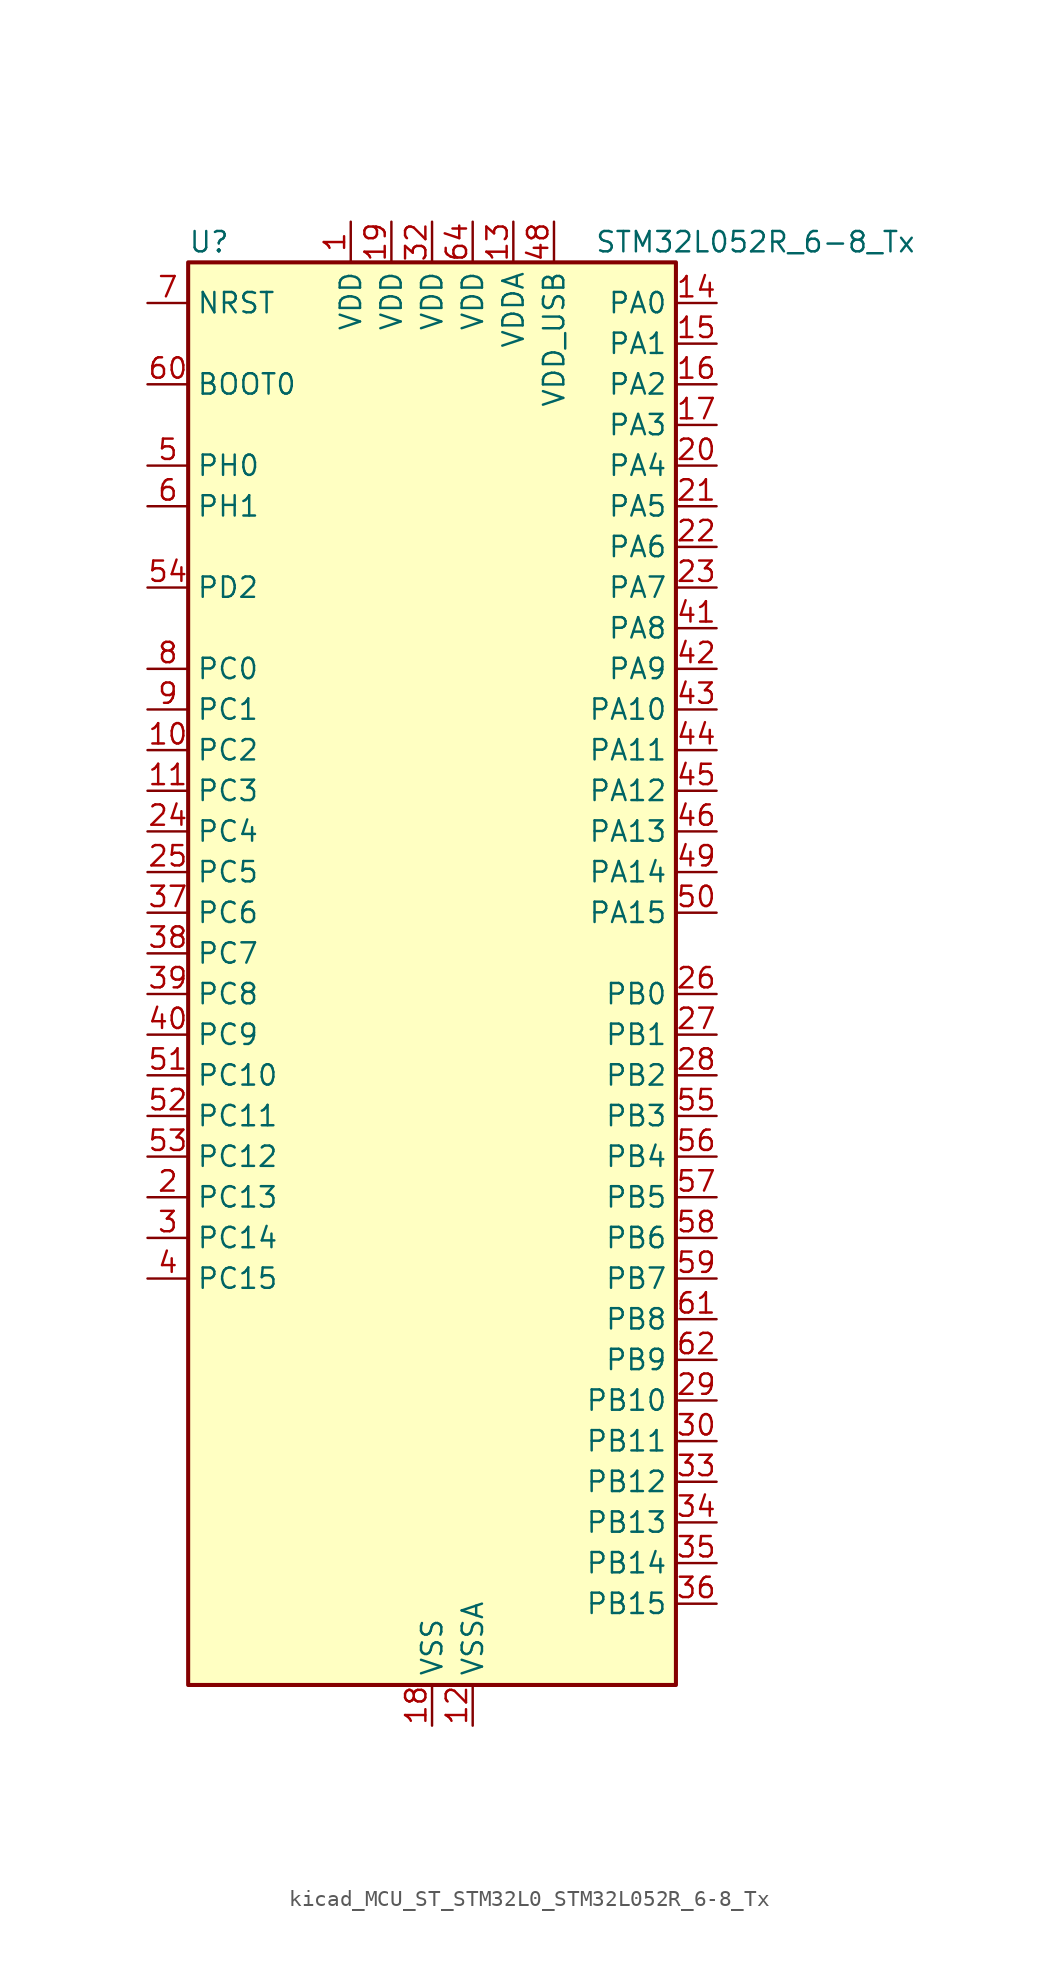
<source format=kicad_sym>
(kicad_symbol_lib
  (version 20220914)
  (generator kicad_symbol_editor)
  (symbol "kicad_MCU_ST_STM32L0_STM32L052R_6-8_Tx"
    (property "Reference" "U"
      (at -15.24 46.99 0)
      (effects (font (size 1.27 1.27)) (justify left)))
    (property "Value" "STM32L052R_6-8_Tx"
      (at 10.16 46.99 0)
      (effects (font (size 1.27 1.27)) (justify left)))
    (property "ki_locked" ""
      (at 0 0 0)
      (effects (font (size 1.27 1.27))))
    (symbol "kicad_MCU_ST_STM32L0_STM32L052R_6-8_Tx_0_1"
      (rectangle (start -15.24 -43.18) (end 15.24 45.72) (stroke (width 0.254) (type default)) (fill (type background))))
    (symbol "kicad_MCU_ST_STM32L0_STM32L052R_6-8_Tx_1_1"
      (pin power_in line (at -5.08 48.26 270) (length 2.54) (name "VDD" (effects (font (size 1.27 1.27)))) (number "1" (effects (font (size 1.27 1.27)))))
      (pin bidirectional line (at -17.78 15.24 0) (length 2.54) (name "PC2" (effects (font (size 1.27 1.27)))) (number "10" (effects (font (size 1.27 1.27)))) (alternate "ADC_IN12" bidirectional line) (alternate "I2S2_MCK" bidirectional line) (alternate "LPTIM1_IN2" bidirectional line) (alternate "SPI2_MISO" bidirectional line) (alternate "TSC_G7_IO3" bidirectional line))
      (pin bidirectional line (at -17.78 12.7 0) (length 2.54) (name "PC3" (effects (font (size 1.27 1.27)))) (number "11" (effects (font (size 1.27 1.27)))) (alternate "ADC_IN13" bidirectional line) (alternate "I2S2_SD" bidirectional line) (alternate "LPTIM1_ETR" bidirectional line) (alternate "SPI2_MOSI" bidirectional line) (alternate "TSC_G7_IO4" bidirectional line))
      (pin power_in line (at 2.54 -45.72 90) (length 2.54) (name "VSSA" (effects (font (size 1.27 1.27)))) (number "12" (effects (font (size 1.27 1.27)))))
      (pin power_in line (at 5.08 48.26 270) (length 2.54) (name "VDDA" (effects (font (size 1.27 1.27)))) (number "13" (effects (font (size 1.27 1.27)))))
      (pin bidirectional line (at 17.78 43.18 180) (length 2.54) (name "PA0" (effects (font (size 1.27 1.27)))) (number "14" (effects (font (size 1.27 1.27)))) (alternate "ADC_IN0" bidirectional line) (alternate "COMP1_INM" bidirectional line) (alternate "COMP1_OUT" bidirectional line) (alternate "RTC_TAMP2" bidirectional line) (alternate "SYS_WKUP1" bidirectional line) (alternate "TIM2_CH1" bidirectional line) (alternate "TIM2_ETR" bidirectional line) (alternate "TSC_G1_IO1" bidirectional line) (alternate "USART2_CTS" bidirectional line))
      (pin bidirectional line (at 17.78 40.64 180) (length 2.54) (name "PA1" (effects (font (size 1.27 1.27)))) (number "15" (effects (font (size 1.27 1.27)))) (alternate "ADC_IN1" bidirectional line) (alternate "COMP1_INP" bidirectional line) (alternate "TIM21_ETR" bidirectional line) (alternate "TIM2_CH2" bidirectional line) (alternate "TSC_G1_IO2" bidirectional line) (alternate "USART2_DE" bidirectional line) (alternate "USART2_RTS" bidirectional line))
      (pin bidirectional line (at 17.78 38.1 180) (length 2.54) (name "PA2" (effects (font (size 1.27 1.27)))) (number "16" (effects (font (size 1.27 1.27)))) (alternate "ADC_IN2" bidirectional line) (alternate "COMP2_INM" bidirectional line) (alternate "COMP2_OUT" bidirectional line) (alternate "TIM21_CH1" bidirectional line) (alternate "TIM2_CH3" bidirectional line) (alternate "TSC_G1_IO3" bidirectional line) (alternate "USART2_TX" bidirectional line))
      (pin bidirectional line (at 17.78 35.56 180) (length 2.54) (name "PA3" (effects (font (size 1.27 1.27)))) (number "17" (effects (font (size 1.27 1.27)))) (alternate "ADC_IN3" bidirectional line) (alternate "COMP2_INP" bidirectional line) (alternate "TIM21_CH2" bidirectional line) (alternate "TIM2_CH4" bidirectional line) (alternate "TSC_G1_IO4" bidirectional line) (alternate "USART2_RX" bidirectional line))
      (pin power_in line (at 0 -45.72 90) (length 2.54) (name "VSS" (effects (font (size 1.27 1.27)))) (number "18" (effects (font (size 1.27 1.27)))))
      (pin power_in line (at -2.54 48.26 270) (length 2.54) (name "VDD" (effects (font (size 1.27 1.27)))) (number "19" (effects (font (size 1.27 1.27)))))
      (pin bidirectional line (at -17.78 -12.7 0) (length 2.54) (name "PC13" (effects (font (size 1.27 1.27)))) (number "2" (effects (font (size 1.27 1.27)))) (alternate "RTC_OUT_ALARM" bidirectional line) (alternate "RTC_OUT_CALIB" bidirectional line) (alternate "RTC_TAMP1" bidirectional line) (alternate "RTC_TS" bidirectional line) (alternate "SYS_WKUP2" bidirectional line))
      (pin bidirectional line (at 17.78 33.02 180) (length 2.54) (name "PA4" (effects (font (size 1.27 1.27)))) (number "20" (effects (font (size 1.27 1.27)))) (alternate "ADC_IN4" bidirectional line) (alternate "COMP1_INM" bidirectional line) (alternate "COMP2_INM" bidirectional line) (alternate "DAC_OUT1" bidirectional line) (alternate "SPI1_NSS" bidirectional line) (alternate "TIM22_ETR" bidirectional line) (alternate "TSC_G2_IO1" bidirectional line) (alternate "USART2_CK" bidirectional line))
      (pin bidirectional line (at 17.78 30.48 180) (length 2.54) (name "PA5" (effects (font (size 1.27 1.27)))) (number "21" (effects (font (size 1.27 1.27)))) (alternate "ADC_IN5" bidirectional line) (alternate "COMP1_INM" bidirectional line) (alternate "COMP2_INM" bidirectional line) (alternate "SPI1_SCK" bidirectional line) (alternate "TIM2_CH1" bidirectional line) (alternate "TIM2_ETR" bidirectional line) (alternate "TSC_G2_IO2" bidirectional line))
      (pin bidirectional line (at 17.78 27.94 180) (length 2.54) (name "PA6" (effects (font (size 1.27 1.27)))) (number "22" (effects (font (size 1.27 1.27)))) (alternate "ADC_IN6" bidirectional line) (alternate "COMP1_OUT" bidirectional line) (alternate "LPUART1_CTS" bidirectional line) (alternate "SPI1_MISO" bidirectional line) (alternate "TIM22_CH1" bidirectional line) (alternate "TSC_G2_IO3" bidirectional line))
      (pin bidirectional line (at 17.78 25.4 180) (length 2.54) (name "PA7" (effects (font (size 1.27 1.27)))) (number "23" (effects (font (size 1.27 1.27)))) (alternate "ADC_IN7" bidirectional line) (alternate "COMP2_OUT" bidirectional line) (alternate "SPI1_MOSI" bidirectional line) (alternate "TIM22_CH2" bidirectional line) (alternate "TSC_G2_IO4" bidirectional line))
      (pin bidirectional line (at -17.78 10.16 0) (length 2.54) (name "PC4" (effects (font (size 1.27 1.27)))) (number "24" (effects (font (size 1.27 1.27)))) (alternate "ADC_IN14" bidirectional line) (alternate "LPUART1_TX" bidirectional line))
      (pin bidirectional line (at -17.78 7.62 0) (length 2.54) (name "PC5" (effects (font (size 1.27 1.27)))) (number "25" (effects (font (size 1.27 1.27)))) (alternate "ADC_IN15" bidirectional line) (alternate "LPUART1_RX" bidirectional line) (alternate "TSC_G3_IO1" bidirectional line))
      (pin bidirectional line (at 17.78 0 180) (length 2.54) (name "PB0" (effects (font (size 1.27 1.27)))) (number "26" (effects (font (size 1.27 1.27)))) (alternate "ADC_IN8" bidirectional line) (alternate "SYS_VREF_OUT_PB0" bidirectional line) (alternate "TSC_G3_IO2" bidirectional line))
      (pin bidirectional line (at 17.78 -2.54 180) (length 2.54) (name "PB1" (effects (font (size 1.27 1.27)))) (number "27" (effects (font (size 1.27 1.27)))) (alternate "ADC_IN9" bidirectional line) (alternate "LPUART1_DE" bidirectional line) (alternate "LPUART1_RTS" bidirectional line) (alternate "SYS_VREF_OUT_PB1" bidirectional line) (alternate "TSC_G3_IO3" bidirectional line))
      (pin bidirectional line (at 17.78 -5.08 180) (length 2.54) (name "PB2" (effects (font (size 1.27 1.27)))) (number "28" (effects (font (size 1.27 1.27)))) (alternate "LPTIM1_OUT" bidirectional line) (alternate "TSC_G3_IO4" bidirectional line))
      (pin bidirectional line (at 17.78 -25.4 180) (length 2.54) (name "PB10" (effects (font (size 1.27 1.27)))) (number "29" (effects (font (size 1.27 1.27)))) (alternate "I2C2_SCL" bidirectional line) (alternate "LPUART1_TX" bidirectional line) (alternate "SPI2_SCK" bidirectional line) (alternate "TIM2_CH3" bidirectional line) (alternate "TSC_SYNC" bidirectional line))
      (pin bidirectional line (at -17.78 -15.24 0) (length 2.54) (name "PC14" (effects (font (size 1.27 1.27)))) (number "3" (effects (font (size 1.27 1.27)))) (alternate "RCC_OSC32_IN" bidirectional line))
      (pin bidirectional line (at 17.78 -27.94 180) (length 2.54) (name "PB11" (effects (font (size 1.27 1.27)))) (number "30" (effects (font (size 1.27 1.27)))) (alternate "ADC_EXTI11" bidirectional line) (alternate "I2C2_SDA" bidirectional line) (alternate "LPUART1_RX" bidirectional line) (alternate "TIM2_CH4" bidirectional line) (alternate "TSC_G6_IO1" bidirectional line))
      (pin passive line (at 0 -45.72 90) (length 2.54) hide (name "VSS" (effects (font (size 1.27 1.27)))) (number "31" (effects (font (size 1.27 1.27)))))
      (pin power_in line (at 0 48.26 270) (length 2.54) (name "VDD" (effects (font (size 1.27 1.27)))) (number "32" (effects (font (size 1.27 1.27)))))
      (pin bidirectional line (at 17.78 -30.48 180) (length 2.54) (name "PB12" (effects (font (size 1.27 1.27)))) (number "33" (effects (font (size 1.27 1.27)))) (alternate "I2S2_WS" bidirectional line) (alternate "LPUART1_DE" bidirectional line) (alternate "LPUART1_RTS" bidirectional line) (alternate "SPI2_NSS" bidirectional line) (alternate "TSC_G6_IO2" bidirectional line))
      (pin bidirectional line (at 17.78 -33.02 180) (length 2.54) (name "PB13" (effects (font (size 1.27 1.27)))) (number "34" (effects (font (size 1.27 1.27)))) (alternate "I2C2_SCL" bidirectional line) (alternate "I2S2_CK" bidirectional line) (alternate "LPUART1_CTS" bidirectional line) (alternate "SPI2_SCK" bidirectional line) (alternate "TIM21_CH1" bidirectional line) (alternate "TSC_G6_IO3" bidirectional line))
      (pin bidirectional line (at 17.78 -35.56 180) (length 2.54) (name "PB14" (effects (font (size 1.27 1.27)))) (number "35" (effects (font (size 1.27 1.27)))) (alternate "I2C2_SDA" bidirectional line) (alternate "I2S2_MCK" bidirectional line) (alternate "LPUART1_DE" bidirectional line) (alternate "LPUART1_RTS" bidirectional line) (alternate "RTC_OUT_ALARM" bidirectional line) (alternate "RTC_OUT_CALIB" bidirectional line) (alternate "SPI2_MISO" bidirectional line) (alternate "TIM21_CH2" bidirectional line) (alternate "TSC_G6_IO4" bidirectional line))
      (pin bidirectional line (at 17.78 -38.1 180) (length 2.54) (name "PB15" (effects (font (size 1.27 1.27)))) (number "36" (effects (font (size 1.27 1.27)))) (alternate "I2S2_SD" bidirectional line) (alternate "RTC_REFIN" bidirectional line) (alternate "SPI2_MOSI" bidirectional line))
      (pin bidirectional line (at -17.78 5.08 0) (length 2.54) (name "PC6" (effects (font (size 1.27 1.27)))) (number "37" (effects (font (size 1.27 1.27)))) (alternate "TIM22_CH1" bidirectional line) (alternate "TSC_G8_IO1" bidirectional line))
      (pin bidirectional line (at -17.78 2.54 0) (length 2.54) (name "PC7" (effects (font (size 1.27 1.27)))) (number "38" (effects (font (size 1.27 1.27)))) (alternate "TIM22_CH2" bidirectional line) (alternate "TSC_G8_IO2" bidirectional line))
      (pin bidirectional line (at -17.78 0 0) (length 2.54) (name "PC8" (effects (font (size 1.27 1.27)))) (number "39" (effects (font (size 1.27 1.27)))) (alternate "TIM22_ETR" bidirectional line) (alternate "TSC_G8_IO3" bidirectional line))
      (pin bidirectional line (at -17.78 -17.78 0) (length 2.54) (name "PC15" (effects (font (size 1.27 1.27)))) (number "4" (effects (font (size 1.27 1.27)))) (alternate "RCC_OSC32_OUT" bidirectional line))
      (pin bidirectional line (at -17.78 -2.54 0) (length 2.54) (name "PC9" (effects (font (size 1.27 1.27)))) (number "40" (effects (font (size 1.27 1.27)))) (alternate "DAC_EXTI9" bidirectional line) (alternate "TIM21_ETR" bidirectional line) (alternate "TSC_G8_IO4" bidirectional line) (alternate "USB_NOE" bidirectional line))
      (pin bidirectional line (at 17.78 22.86 180) (length 2.54) (name "PA8" (effects (font (size 1.27 1.27)))) (number "41" (effects (font (size 1.27 1.27)))) (alternate "CRS_SYNC" bidirectional line) (alternate "RCC_MCO" bidirectional line) (alternate "USART1_CK" bidirectional line))
      (pin bidirectional line (at 17.78 20.32 180) (length 2.54) (name "PA9" (effects (font (size 1.27 1.27)))) (number "42" (effects (font (size 1.27 1.27)))) (alternate "DAC_EXTI9" bidirectional line) (alternate "RCC_MCO" bidirectional line) (alternate "TSC_G4_IO1" bidirectional line) (alternate "USART1_TX" bidirectional line))
      (pin bidirectional line (at 17.78 17.78 180) (length 2.54) (name "PA10" (effects (font (size 1.27 1.27)))) (number "43" (effects (font (size 1.27 1.27)))) (alternate "TSC_G4_IO2" bidirectional line) (alternate "USART1_RX" bidirectional line))
      (pin bidirectional line (at 17.78 15.24 180) (length 2.54) (name "PA11" (effects (font (size 1.27 1.27)))) (number "44" (effects (font (size 1.27 1.27)))) (alternate "ADC_EXTI11" bidirectional line) (alternate "COMP1_OUT" bidirectional line) (alternate "SPI1_MISO" bidirectional line) (alternate "TSC_G4_IO3" bidirectional line) (alternate "USART1_CTS" bidirectional line) (alternate "USB_DM" bidirectional line))
      (pin bidirectional line (at 17.78 12.7 180) (length 2.54) (name "PA12" (effects (font (size 1.27 1.27)))) (number "45" (effects (font (size 1.27 1.27)))) (alternate "COMP2_OUT" bidirectional line) (alternate "SPI1_MOSI" bidirectional line) (alternate "TSC_G4_IO4" bidirectional line) (alternate "USART1_DE" bidirectional line) (alternate "USART1_RTS" bidirectional line) (alternate "USB_DP" bidirectional line))
      (pin bidirectional line (at 17.78 10.16 180) (length 2.54) (name "PA13" (effects (font (size 1.27 1.27)))) (number "46" (effects (font (size 1.27 1.27)))) (alternate "SYS_SWDIO" bidirectional line) (alternate "USB_NOE" bidirectional line))
      (pin passive line (at 0 -45.72 90) (length 2.54) hide (name "VSS" (effects (font (size 1.27 1.27)))) (number "47" (effects (font (size 1.27 1.27)))))
      (pin power_in line (at 7.62 48.26 270) (length 2.54) (name "VDD_USB" (effects (font (size 1.27 1.27)))) (number "48" (effects (font (size 1.27 1.27)))))
      (pin bidirectional line (at 17.78 7.62 180) (length 2.54) (name "PA14" (effects (font (size 1.27 1.27)))) (number "49" (effects (font (size 1.27 1.27)))) (alternate "SYS_SWCLK" bidirectional line) (alternate "USART2_TX" bidirectional line))
      (pin bidirectional line (at -17.78 33.02 0) (length 2.54) (name "PH0" (effects (font (size 1.27 1.27)))) (number "5" (effects (font (size 1.27 1.27)))) (alternate "CRS_SYNC" bidirectional line) (alternate "RCC_OSC_IN" bidirectional line))
      (pin bidirectional line (at 17.78 5.08 180) (length 2.54) (name "PA15" (effects (font (size 1.27 1.27)))) (number "50" (effects (font (size 1.27 1.27)))) (alternate "SPI1_NSS" bidirectional line) (alternate "TIM2_CH1" bidirectional line) (alternate "TIM2_ETR" bidirectional line) (alternate "USART2_RX" bidirectional line))
      (pin bidirectional line (at -17.78 -5.08 0) (length 2.54) (name "PC10" (effects (font (size 1.27 1.27)))) (number "51" (effects (font (size 1.27 1.27)))) (alternate "LPUART1_TX" bidirectional line))
      (pin bidirectional line (at -17.78 -7.62 0) (length 2.54) (name "PC11" (effects (font (size 1.27 1.27)))) (number "52" (effects (font (size 1.27 1.27)))) (alternate "ADC_EXTI11" bidirectional line) (alternate "LPUART1_RX" bidirectional line))
      (pin bidirectional line (at -17.78 -10.16 0) (length 2.54) (name "PC12" (effects (font (size 1.27 1.27)))) (number "53" (effects (font (size 1.27 1.27)))))
      (pin bidirectional line (at -17.78 25.4 0) (length 2.54) (name "PD2" (effects (font (size 1.27 1.27)))) (number "54" (effects (font (size 1.27 1.27)))) (alternate "LPUART1_DE" bidirectional line) (alternate "LPUART1_RTS" bidirectional line))
      (pin bidirectional line (at 17.78 -7.62 180) (length 2.54) (name "PB3" (effects (font (size 1.27 1.27)))) (number "55" (effects (font (size 1.27 1.27)))) (alternate "COMP2_INM" bidirectional line) (alternate "SPI1_SCK" bidirectional line) (alternate "TIM2_CH2" bidirectional line) (alternate "TSC_G5_IO1" bidirectional line))
      (pin bidirectional line (at 17.78 -10.16 180) (length 2.54) (name "PB4" (effects (font (size 1.27 1.27)))) (number "56" (effects (font (size 1.27 1.27)))) (alternate "COMP2_INP" bidirectional line) (alternate "SPI1_MISO" bidirectional line) (alternate "TIM22_CH1" bidirectional line) (alternate "TSC_G5_IO2" bidirectional line))
      (pin bidirectional line (at 17.78 -12.7 180) (length 2.54) (name "PB5" (effects (font (size 1.27 1.27)))) (number "57" (effects (font (size 1.27 1.27)))) (alternate "COMP2_INP" bidirectional line) (alternate "I2C1_SMBA" bidirectional line) (alternate "LPTIM1_IN1" bidirectional line) (alternate "SPI1_MOSI" bidirectional line) (alternate "TIM22_CH2" bidirectional line))
      (pin bidirectional line (at 17.78 -15.24 180) (length 2.54) (name "PB6" (effects (font (size 1.27 1.27)))) (number "58" (effects (font (size 1.27 1.27)))) (alternate "COMP2_INP" bidirectional line) (alternate "I2C1_SCL" bidirectional line) (alternate "LPTIM1_ETR" bidirectional line) (alternate "TSC_G5_IO3" bidirectional line) (alternate "USART1_TX" bidirectional line))
      (pin bidirectional line (at 17.78 -17.78 180) (length 2.54) (name "PB7" (effects (font (size 1.27 1.27)))) (number "59" (effects (font (size 1.27 1.27)))) (alternate "COMP2_INP" bidirectional line) (alternate "I2C1_SDA" bidirectional line) (alternate "LPTIM1_IN2" bidirectional line) (alternate "SYS_PVD_IN" bidirectional line) (alternate "TSC_G5_IO4" bidirectional line) (alternate "USART1_RX" bidirectional line))
      (pin bidirectional line (at -17.78 30.48 0) (length 2.54) (name "PH1" (effects (font (size 1.27 1.27)))) (number "6" (effects (font (size 1.27 1.27)))) (alternate "RCC_OSC_OUT" bidirectional line))
      (pin input line (at -17.78 38.1 0) (length 2.54) (name "BOOT0" (effects (font (size 1.27 1.27)))) (number "60" (effects (font (size 1.27 1.27)))))
      (pin bidirectional line (at 17.78 -20.32 180) (length 2.54) (name "PB8" (effects (font (size 1.27 1.27)))) (number "61" (effects (font (size 1.27 1.27)))) (alternate "I2C1_SCL" bidirectional line) (alternate "TSC_SYNC" bidirectional line))
      (pin bidirectional line (at 17.78 -22.86 180) (length 2.54) (name "PB9" (effects (font (size 1.27 1.27)))) (number "62" (effects (font (size 1.27 1.27)))) (alternate "DAC_EXTI9" bidirectional line) (alternate "I2C1_SDA" bidirectional line) (alternate "I2S2_WS" bidirectional line) (alternate "SPI2_NSS" bidirectional line))
      (pin passive line (at 0 -45.72 90) (length 2.54) hide (name "VSS" (effects (font (size 1.27 1.27)))) (number "63" (effects (font (size 1.27 1.27)))))
      (pin power_in line (at 2.54 48.26 270) (length 2.54) (name "VDD" (effects (font (size 1.27 1.27)))) (number "64" (effects (font (size 1.27 1.27)))))
      (pin input line (at -17.78 43.18 0) (length 2.54) (name "NRST" (effects (font (size 1.27 1.27)))) (number "7" (effects (font (size 1.27 1.27)))))
      (pin bidirectional line (at -17.78 20.32 0) (length 2.54) (name "PC0" (effects (font (size 1.27 1.27)))) (number "8" (effects (font (size 1.27 1.27)))) (alternate "ADC_IN10" bidirectional line) (alternate "LPTIM1_IN1" bidirectional line) (alternate "TSC_G7_IO1" bidirectional line))
      (pin bidirectional line (at -17.78 17.78 0) (length 2.54) (name "PC1" (effects (font (size 1.27 1.27)))) (number "9" (effects (font (size 1.27 1.27)))) (alternate "ADC_IN11" bidirectional line) (alternate "LPTIM1_OUT" bidirectional line) (alternate "TSC_G7_IO2" bidirectional line)))))
</source>
